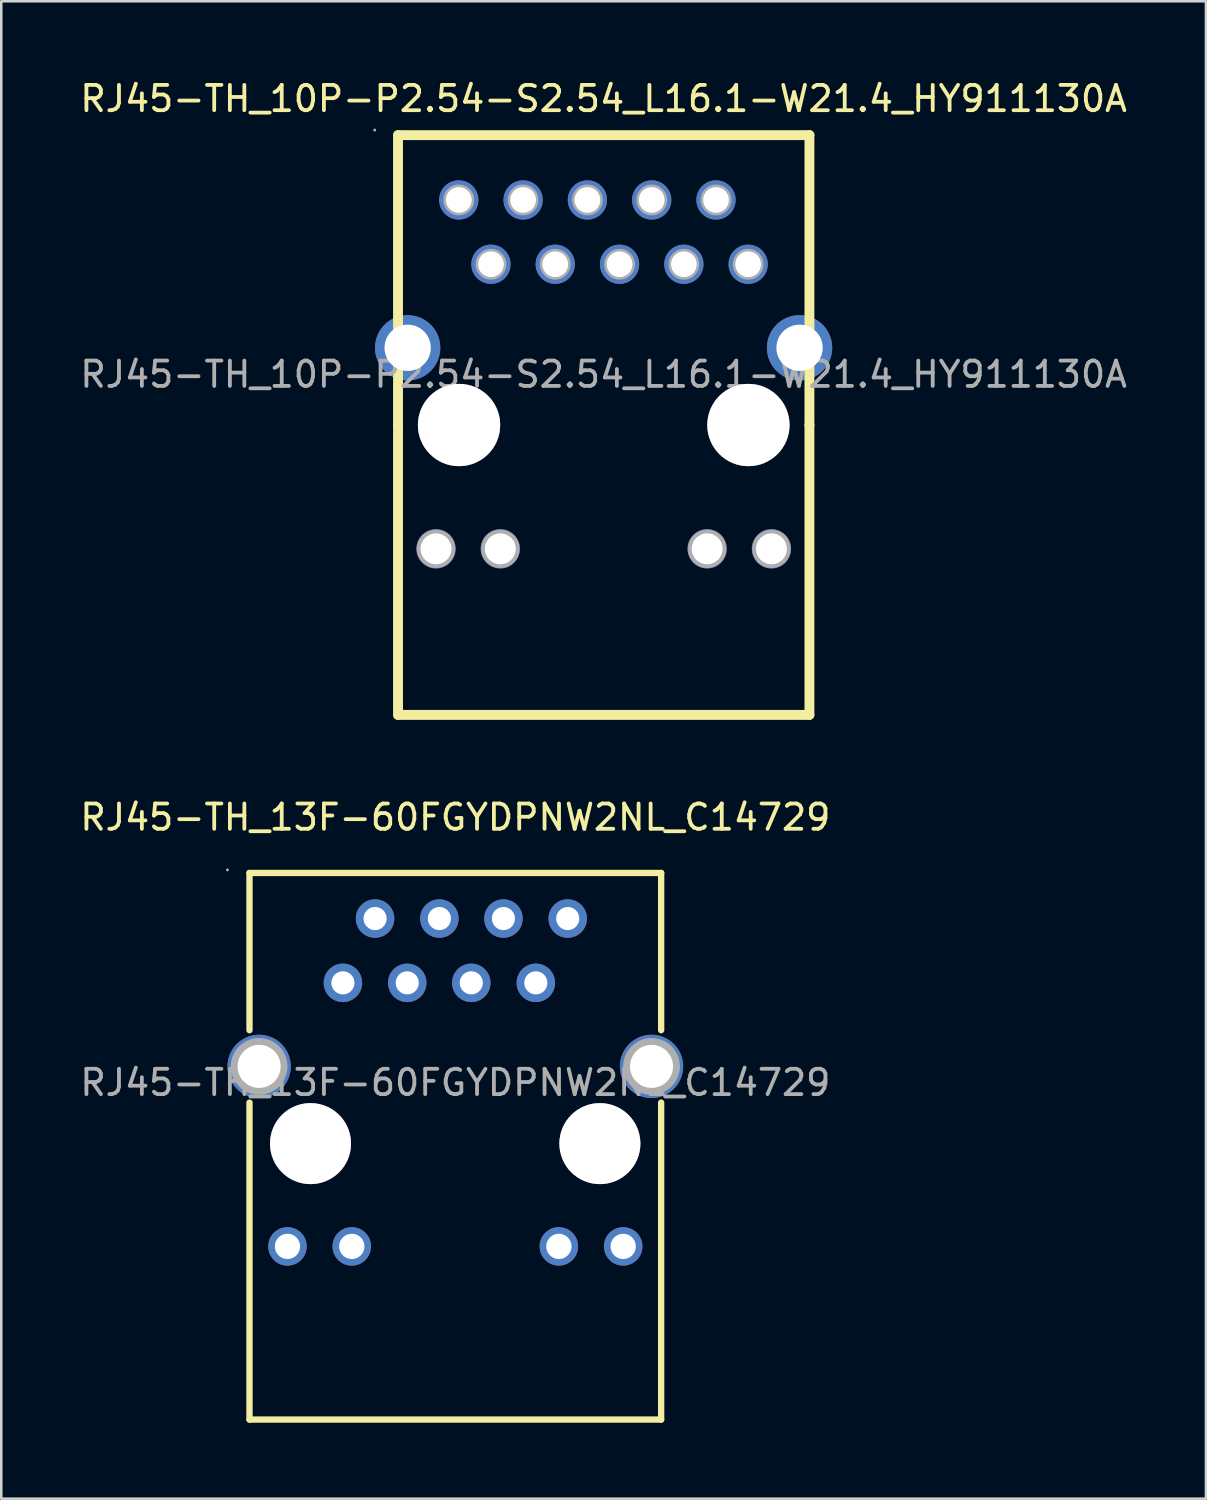
<source format=kicad_pcb>
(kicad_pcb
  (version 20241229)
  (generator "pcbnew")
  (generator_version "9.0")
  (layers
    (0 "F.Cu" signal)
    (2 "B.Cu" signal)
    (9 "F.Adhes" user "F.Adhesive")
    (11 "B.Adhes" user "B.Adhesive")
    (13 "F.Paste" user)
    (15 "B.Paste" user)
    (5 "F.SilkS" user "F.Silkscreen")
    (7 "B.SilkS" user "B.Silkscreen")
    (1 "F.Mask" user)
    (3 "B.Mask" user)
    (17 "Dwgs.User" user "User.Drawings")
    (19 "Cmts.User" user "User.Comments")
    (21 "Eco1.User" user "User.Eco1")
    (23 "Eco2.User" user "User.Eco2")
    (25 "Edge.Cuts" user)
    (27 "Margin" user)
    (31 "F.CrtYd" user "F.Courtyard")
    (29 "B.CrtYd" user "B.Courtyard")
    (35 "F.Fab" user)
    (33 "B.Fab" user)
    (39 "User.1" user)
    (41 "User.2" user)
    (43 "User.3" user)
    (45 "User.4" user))
  (footprint "RJ45-TH_10P-P2.54-S2.54_L16.1-W21.4_HY911130A"
    (layer "F.Cu")
    (at 20.792 11.738)
    (property "Reference" "RJ45-TH_10P-P2.54-S2.54_L16.1-W21.4_HY911130A" (at 0 -10.89 0) (layer "F.SilkS") (effects (font (size 1 1) (thickness 0.15))))
    (attr through_hole)
    (fp_line (start -8.12 -9.45) (end -8.12 2) (stroke (width 0.39) (type solid)) (layer "F.SilkS"))
    (fp_line (start -8.12 2) (end -8.12 13.45) (stroke (width 0.39) (type solid)) (layer "F.SilkS"))
    (fp_line (start -8.12 13.45) (end 8.13 13.45) (stroke (width 0.39) (type solid)) (layer "F.SilkS"))
    (fp_line (start 8.13 -9.45) (end -8.12 -9.45) (stroke (width 0.39) (type solid)) (layer "F.SilkS"))
    (fp_line (start 8.13 2) (end 8.13 -9.45) (stroke (width 0.39) (type solid)) (layer "F.SilkS"))
    (fp_line (start 8.13 13.45) (end 8.13 2) (stroke (width 0.39) (type solid)) (layer "F.SilkS"))
    (fp_circle (center -9.04 -9.65) (end -9.01 -9.65) (stroke (width 0.06) (type solid)) (fill no) (layer "F.Fab"))
    (fp_circle (center -7.74 -1.05) (end -7.33 -1.05) (stroke (width 0.81) (type solid)) (fill no) (layer "F.Fab"))
    (fp_circle (center -6.62 6.89) (end -6.37 6.89) (stroke (width 0.51) (type solid)) (fill no) (layer "F.Fab"))
    (fp_circle (center -5.72 -6.89) (end -5.52 -6.89) (stroke (width 0.41) (type solid)) (fill no) (layer "F.Fab"))
    (fp_circle (center -5.71 2) (end -4.95 2) (stroke (width 1.52) (type solid)) (fill no) (layer "F.Fab"))
    (fp_circle (center -4.45 -4.35) (end -4.25 -4.35) (stroke (width 0.41) (type solid)) (fill no) (layer "F.Fab"))
    (fp_circle (center -4.08 6.89) (end -3.83 6.89) (stroke (width 0.51) (type solid)) (fill no) (layer "F.Fab"))
    (fp_circle (center -3.18 -6.89) (end -2.98 -6.89) (stroke (width 0.41) (type solid)) (fill no) (layer "F.Fab"))
    (fp_circle (center -1.91 -4.35) (end -1.71 -4.35) (stroke (width 0.41) (type solid)) (fill no) (layer "F.Fab"))
    (fp_circle (center -0.64 -6.89) (end -0.44 -6.89) (stroke (width 0.41) (type solid)) (fill no) (layer "F.Fab"))
    (fp_circle (center 0.63 -4.35) (end 0.83 -4.35) (stroke (width 0.41) (type solid)) (fill no) (layer "F.Fab"))
    (fp_circle (center 1.9 -6.89) (end 2.1 -6.89) (stroke (width 0.41) (type solid)) (fill no) (layer "F.Fab"))
    (fp_circle (center 3.17 -4.35) (end 3.37 -4.35) (stroke (width 0.41) (type solid)) (fill no) (layer "F.Fab"))
    (fp_circle (center 4.09 6.89) (end 4.34 6.89) (stroke (width 0.51) (type solid)) (fill no) (layer "F.Fab"))
    (fp_circle (center 4.44 -6.89) (end 4.64 -6.89) (stroke (width 0.41) (type solid)) (fill no) (layer "F.Fab"))
    (fp_circle (center 5.71 -4.35) (end 5.91 -4.35) (stroke (width 0.41) (type solid)) (fill no) (layer "F.Fab"))
    (fp_circle (center 5.72 2) (end 6.48 2) (stroke (width 1.52) (type solid)) (fill no) (layer "F.Fab"))
    (fp_circle (center 6.63 6.89) (end 6.88 6.89) (stroke (width 0.51) (type solid)) (fill no) (layer "F.Fab"))
    (fp_circle (center 7.74 -1.05) (end 8.15 -1.05) (stroke (width 0.81) (type solid)) (fill no) (layer "F.Fab"))
    (fp_text user "${REFERENCE}" (at 0 0 0) (layer "F.Fab") (effects (font (size 1 1) (thickness 0.15))))
    (pad "" thru_hole circle (at -5.71 2) (size 3.25 3.25) (drill 3.25) (layers "*.Cu" "*.Mask"))
    (pad "" thru_hole circle (at 5.72 2) (size 3.25 3.25) (drill 3.25) (layers "*.Cu" "*.Mask"))
    (pad "1" thru_hole circle (at -5.72 -6.89) (size 1.55 1.55) (drill 1.016) (layers "*.Cu" "*.Paste" "*.Mask"))
    (pad "2" thru_hole circle (at -4.45 -4.35) (size 1.55 1.55) (drill 1.016) (layers "*.Cu" "*.Paste" "*.Mask"))
    (pad "3" thru_hole circle (at -3.18 -6.89) (size 1.55 1.55) (drill 1.016) (layers "*.Cu" "*.Paste" "*.Mask"))
    (pad "4" thru_hole circle (at -1.91 -4.35) (size 1.55 1.55) (drill 1.016) (layers "*.Cu" "*.Paste" "*.Mask"))
    (pad "5" thru_hole circle (at -0.64 -6.89) (size 1.55 1.55) (drill 1.016) (layers "*.Cu" "*.Paste" "*.Mask"))
    (pad "6" thru_hole circle (at 0.63 -4.35) (size 1.55 1.55) (drill 1.016) (layers "*.Cu" "*.Paste" "*.Mask"))
    (pad "7" thru_hole circle (at 1.9 -6.89) (size 1.55 1.55) (drill 1.016) (layers "*.Cu" "*.Paste" "*.Mask"))
    (pad "8" thru_hole circle (at 3.17 -4.35) (size 1.55 1.55) (drill 1.016) (layers "*.Cu" "*.Paste" "*.Mask"))
    (pad "9" thru_hole circle (at 4.44 -6.89) (size 1.55 1.55) (drill 1.016) (layers "*.Cu" "*.Paste" "*.Mask"))
    (pad "10" thru_hole circle (at 5.71 -4.35) (size 1.55 1.55) (drill 1.016) (layers "*.Cu" "*.Paste" "*.Mask"))
    (pad "11" thru_hole circle (at -6.62 6.89) (size 1.55 1.55) (drill 1.219) (layers "*.Cu" "*.Paste" "*.Mask"))
    (pad "12" thru_hole circle (at -4.08 6.89) (size 1.55 1.55) (drill 1.219) (layers "*.Cu" "*.Paste" "*.Mask"))
    (pad "13" thru_hole circle (at 4.09 6.89) (size 1.55 1.55) (drill 1.219) (layers "*.Cu" "*.Paste" "*.Mask"))
    (pad "14" thru_hole circle (at 6.63 6.89) (size 1.55 1.55) (drill 1.219) (layers "*.Cu" "*.Paste" "*.Mask"))
    (pad "15" thru_hole circle (at -7.74 -1.05) (size 2.58 2.58) (drill 1.829) (layers "*.Cu" "*.Paste" "*.Mask"))
    (pad "16" thru_hole circle (at 7.74 -1.05) (size 2.58 2.58) (drill 1.829) (layers "*.Cu" "*.Paste" "*.Mask")))
  (footprint "RJ45-TH_13F-60FGYDPNW2NL_C14729"
    (layer "F.Cu")
    (at 14.935 39.712)
    (property "Reference" "RJ45-TH_13F-60FGYDPNW2NL_C14729" (at 0 -10.48 0) (layer "F.SilkS") (effects (font (size 1 1) (thickness 0.15))))
    (attr through_hole)
    (fp_line (start -8.13 -8.28) (end -8.13 -2.07) (stroke (width 0.25) (type solid)) (layer "F.SilkS"))
    (fp_line (start -8.13 0.79) (end -8.13 13.31) (stroke (width 0.25) (type solid)) (layer "F.SilkS"))
    (fp_line (start 8.13 -8.28) (end -8.13 -8.28) (stroke (width 0.25) (type solid)) (layer "F.SilkS"))
    (fp_line (start 8.13 -8.28) (end 8.13 -2.07) (stroke (width 0.25) (type solid)) (layer "F.SilkS"))
    (fp_line (start 8.13 0.79) (end 8.13 13.31) (stroke (width 0.25) (type solid)) (layer "F.SilkS"))
    (fp_line (start 8.13 13.31) (end -8.13 13.31) (stroke (width 0.25) (type solid)) (layer "F.SilkS"))
    (fp_circle (center -9 -8.4) (end -8.97 -8.4) (stroke (width 0.06) (type solid)) (fill no) (layer "F.Fab"))
    (fp_circle (center -7.75 -0.64) (end -7.38 -0.64) (stroke (width 0.75) (type solid)) (fill no) (layer "F.Fab"))
    (fp_circle (center -6.63 6.47) (end -6.43 6.47) (stroke (width 0.4) (type solid)) (fill no) (layer "F.Fab"))
    (fp_circle (center -5.72 2.41) (end -4.97 2.41) (stroke (width 1.5) (type solid)) (fill no) (layer "F.Fab"))
    (fp_circle (center -4.44 -3.94) (end -4.26 -3.94) (stroke (width 0.36) (type solid)) (fill no) (layer "F.Fab"))
    (fp_circle (center -4.09 6.47) (end -3.89 6.47) (stroke (width 0.4) (type solid)) (fill no) (layer "F.Fab"))
    (fp_circle (center -3.17 -6.48) (end -2.99 -6.48) (stroke (width 0.36) (type solid)) (fill no) (layer "F.Fab"))
    (fp_circle (center -1.9 -3.94) (end -1.72 -3.94) (stroke (width 0.36) (type solid)) (fill no) (layer "F.Fab"))
    (fp_circle (center -0.63 -6.48) (end -0.45 -6.48) (stroke (width 0.36) (type solid)) (fill no) (layer "F.Fab"))
    (fp_circle (center 0.63 -3.94) (end 0.81 -3.94) (stroke (width 0.36) (type solid)) (fill no) (layer "F.Fab"))
    (fp_circle (center 1.9 -6.48) (end 2.08 -6.48) (stroke (width 0.36) (type solid)) (fill no) (layer "F.Fab"))
    (fp_circle (center 3.18 -3.94) (end 3.36 -3.94) (stroke (width 0.36) (type solid)) (fill no) (layer "F.Fab"))
    (fp_circle (center 4.09 6.47) (end 4.29 6.47) (stroke (width 0.4) (type solid)) (fill no) (layer "F.Fab"))
    (fp_circle (center 4.44 -6.48) (end 4.62 -6.48) (stroke (width 0.36) (type solid)) (fill no) (layer "F.Fab"))
    (fp_circle (center 5.71 2.41) (end 6.46 2.41) (stroke (width 1.5) (type solid)) (fill no) (layer "F.Fab"))
    (fp_circle (center 6.63 6.47) (end 6.83 6.47) (stroke (width 0.4) (type solid)) (fill no) (layer "F.Fab"))
    (fp_circle (center 7.75 -0.64) (end 8.12 -0.64) (stroke (width 0.75) (type solid)) (fill no) (layer "F.Fab"))
    (fp_text user "${REFERENCE}" (at 0 0 0) (layer "F.Fab") (effects (font (size 1 1) (thickness 0.15))))
    (pad "" thru_hole circle (at -5.72 2.41) (size 3.2 3.2) (drill 3.2) (layers "*.Cu" "*.Mask"))
    (pad "" thru_hole circle (at 5.71 2.41) (size 3.2 3.2) (drill 3.2) (layers "*.Cu" "*.Mask"))
    (pad "1" thru_hole circle (at -4.44 -3.94) (size 1.52 1.52) (drill 0.914) (layers "*.Cu" "*.Paste" "*.Mask"))
    (pad "2" thru_hole circle (at -3.17 -6.48) (size 1.52 1.52) (drill 0.914) (layers "*.Cu" "*.Paste" "*.Mask"))
    (pad "3" thru_hole circle (at -1.9 -3.94) (size 1.52 1.52) (drill 0.914) (layers "*.Cu" "*.Paste" "*.Mask"))
    (pad "4" thru_hole circle (at -0.63 -6.48) (size 1.52 1.52) (drill 0.914) (layers "*.Cu" "*.Paste" "*.Mask"))
    (pad "5" thru_hole circle (at 0.63 -3.94) (size 1.52 1.52) (drill 0.914) (layers "*.Cu" "*.Paste" "*.Mask"))
    (pad "6" thru_hole circle (at 1.9 -6.48) (size 1.52 1.52) (drill 0.914) (layers "*.Cu" "*.Paste" "*.Mask"))
    (pad "7" thru_hole circle (at 3.18 -3.94) (size 1.52 1.52) (drill 0.914) (layers "*.Cu" "*.Paste" "*.Mask"))
    (pad "8" thru_hole circle (at 4.44 -6.48) (size 1.52 1.52) (drill 0.914) (layers "*.Cu" "*.Paste" "*.Mask"))
    (pad "9" thru_hole circle (at -6.63 6.47) (size 1.52 1.52) (drill 1) (layers "*.Cu" "*.Paste" "*.Mask"))
    (pad "10" thru_hole circle (at -4.09 6.47) (size 1.52 1.52) (drill 1) (layers "*.Cu" "*.Paste" "*.Mask"))
    (pad "11" thru_hole circle (at 4.09 6.47) (size 1.52 1.52) (drill 1) (layers "*.Cu" "*.Paste" "*.Mask"))
    (pad "12" thru_hole circle (at 6.63 6.47) (size 1.52 1.52) (drill 1) (layers "*.Cu" "*.Paste" "*.Mask"))
    (pad "13" thru_hole circle (at -7.75 -0.64) (size 2.5 2.5) (drill 1.7) (layers "*.Cu" "*.Paste" "*.Mask"))
    (pad "14" thru_hole circle (at 7.75 -0.64) (size 2.5 2.5) (drill 1.7) (layers "*.Cu" "*.Paste" "*.Mask")))
  (gr_rect
    (start -3 -3)
    (end 44.583 56.147)
    (stroke (width 0.1) (type default))
    (fill no)
    (layer "Edge.Cuts")))
</source>
